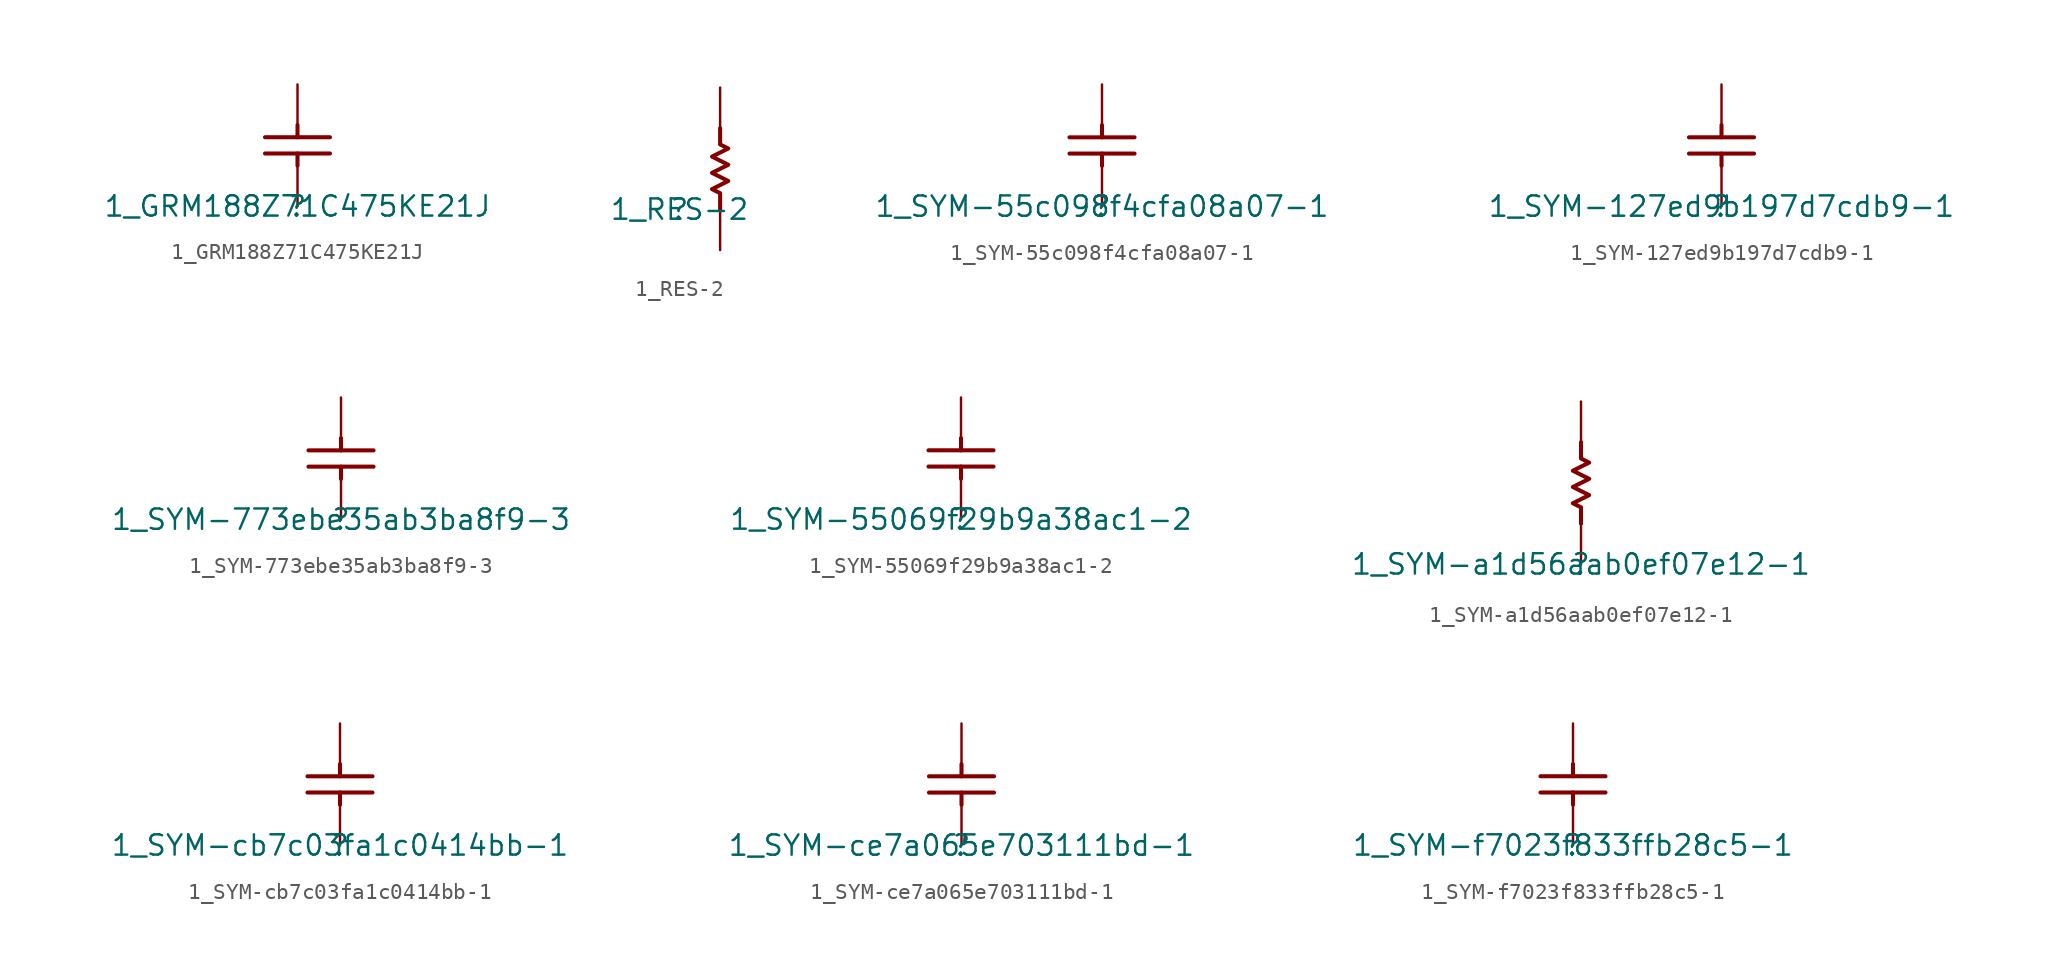
<source format=kicad_sym>
(kicad_symbol_lib
  (version 20211014)
  (generator kicad_symbol_editor)
  (symbol "1_GRM188Z71C475KE21J"
    (property "Reference" ""
      (at 0 0 0)
      (effects (font (size 1.27 1.27))))
    (property "Value" "1_GRM188Z71C475KE21J"
      (at 0 0 0)
      (effects (font (size 1.27 1.27))))
    (symbol "1_GRM188Z71C475KE21J_1_0"
      (polyline (pts (xy -2.032 4.318) (xy 2.032 4.318)) (stroke (width 0.254) (type default) (color 0 0 0 0)) (fill (type none)))
      (polyline (pts (xy 0 2.54) (xy 0 3.302)) (stroke (width 0.254) (type default) (color 0 0 0 0)) (fill (type none)))
      (polyline (pts (xy 0 5.08) (xy 0 4.318)) (stroke (width 0.254) (type default) (color 0 0 0 0)) (fill (type none)))
      (polyline (pts (xy 2.032 3.302) (xy -2.032 3.302)) (stroke (width 0.254) (type default) (color 0 0 0 0)) (fill (type none)))
      (pin passive line (at 0 0 90) (length 2.54) (name "1" (effects (font (size 0 0)))) (number "1" (effects (font (size 0 0)))))
      (pin passive line (at 0 7.62 270) (length 2.54) (name "2" (effects (font (size 0 0)))) (number "2" (effects (font (size 0 0)))))))
  (symbol "1_RES-2"
    (property "Reference" ""
      (at 0 0 0)
      (effects (font (size 1.27 1.27))))
    (property "Value" "1_RES-2"
      (at 0 0 0)
      (effects (font (size 1.27 1.27))))
    (symbol "1_RES-2_1_0"
      (polyline (pts (xy 2.54 5.08) (xy 2.54 4.064) (xy 3.048 3.81) (xy 2.032 3.302) (xy 3.048 2.794) (xy 2.032 2.286) (xy 3.048 1.778) (xy 2.032 1.27) (xy 2.54 1.016) (xy 2.54 0)) (stroke (width 0.254) (type default) (color 0 0 0 0)) (fill (type none)))
      (pin passive line (at 2.54 -2.54 90) (length 2.54) (name "1" (effects (font (size 0 0)))) (number "1" (effects (font (size 0 0)))))
      (pin passive line (at 2.54 7.62 270) (length 2.54) (name "2" (effects (font (size 0 0)))) (number "2" (effects (font (size 0 0)))))))
  (symbol "1_SYM-55c098f4cfa08a07-1"
    (property "Reference" ""
      (at 0 0 0)
      (effects (font (size 1.27 1.27))))
    (property "Value" "1_SYM-55c098f4cfa08a07-1"
      (at 0 0 0)
      (effects (font (size 1.27 1.27))))
    (symbol "1_SYM-55c098f4cfa08a07-1_1_0"
      (polyline (pts (xy -2.032 4.318) (xy 2.032 4.318)) (stroke (width 0.254) (type default) (color 0 0 0 0)) (fill (type none)))
      (polyline (pts (xy 0 2.54) (xy 0 3.302)) (stroke (width 0.254) (type default) (color 0 0 0 0)) (fill (type none)))
      (polyline (pts (xy 0 5.08) (xy 0 4.318)) (stroke (width 0.254) (type default) (color 0 0 0 0)) (fill (type none)))
      (polyline (pts (xy 2.032 3.302) (xy -2.032 3.302)) (stroke (width 0.254) (type default) (color 0 0 0 0)) (fill (type none)))
      (pin passive line (at 0 0 90) (length 2.54) (name "1" (effects (font (size 0 0)))) (number "1" (effects (font (size 0 0)))))
      (pin passive line (at 0 7.62 270) (length 2.54) (name "2" (effects (font (size 0 0)))) (number "2" (effects (font (size 0 0)))))))
  (symbol "1_SYM-127ed9b197d7cdb9-1"
    (property "Reference" ""
      (at 0 0 0)
      (effects (font (size 1.27 1.27))))
    (property "Value" "1_SYM-127ed9b197d7cdb9-1"
      (at 0 0 0)
      (effects (font (size 1.27 1.27))))
    (symbol "1_SYM-127ed9b197d7cdb9-1_1_0"
      (polyline (pts (xy -2.032 4.318) (xy 2.032 4.318)) (stroke (width 0.254) (type default) (color 0 0 0 0)) (fill (type none)))
      (polyline (pts (xy 0 2.54) (xy 0 3.302)) (stroke (width 0.254) (type default) (color 0 0 0 0)) (fill (type none)))
      (polyline (pts (xy 0 5.08) (xy 0 4.318)) (stroke (width 0.254) (type default) (color 0 0 0 0)) (fill (type none)))
      (polyline (pts (xy 2.032 3.302) (xy -2.032 3.302)) (stroke (width 0.254) (type default) (color 0 0 0 0)) (fill (type none)))
      (pin passive line (at 0 0 90) (length 2.54) (name "1" (effects (font (size 0 0)))) (number "1" (effects (font (size 0 0)))))
      (pin passive line (at 0 7.62 270) (length 2.54) (name "2" (effects (font (size 0 0)))) (number "2" (effects (font (size 0 0)))))))
  (symbol "1_SYM-773ebe35ab3ba8f9-3"
    (property "Reference" ""
      (at 0 0 0)
      (effects (font (size 1.27 1.27))))
    (property "Value" "1_SYM-773ebe35ab3ba8f9-3"
      (at 0 0 0)
      (effects (font (size 1.27 1.27))))
    (symbol "1_SYM-773ebe35ab3ba8f9-3_1_0"
      (polyline (pts (xy -2.032 4.318) (xy 2.032 4.318)) (stroke (width 0.254) (type default) (color 0 0 0 0)) (fill (type none)))
      (polyline (pts (xy 0 2.54) (xy 0 3.302)) (stroke (width 0.254) (type default) (color 0 0 0 0)) (fill (type none)))
      (polyline (pts (xy 0 5.08) (xy 0 4.318)) (stroke (width 0.254) (type default) (color 0 0 0 0)) (fill (type none)))
      (polyline (pts (xy 2.032 3.302) (xy -2.032 3.302)) (stroke (width 0.254) (type default) (color 0 0 0 0)) (fill (type none)))
      (pin passive line (at 0 0 90) (length 2.54) (name "1" (effects (font (size 0 0)))) (number "1" (effects (font (size 0 0)))))
      (pin passive line (at 0 7.62 270) (length 2.54) (name "2" (effects (font (size 0 0)))) (number "2" (effects (font (size 0 0)))))))
  (symbol "1_SYM-55069f29b9a38ac1-2"
    (property "Reference" ""
      (at 0 0 0)
      (effects (font (size 1.27 1.27))))
    (property "Value" "1_SYM-55069f29b9a38ac1-2"
      (at 0 0 0)
      (effects (font (size 1.27 1.27))))
    (symbol "1_SYM-55069f29b9a38ac1-2_1_0"
      (polyline (pts (xy -2.032 4.318) (xy 2.032 4.318)) (stroke (width 0.254) (type default) (color 0 0 0 0)) (fill (type none)))
      (polyline (pts (xy 0 2.54) (xy 0 3.302)) (stroke (width 0.254) (type default) (color 0 0 0 0)) (fill (type none)))
      (polyline (pts (xy 0 5.08) (xy 0 4.318)) (stroke (width 0.254) (type default) (color 0 0 0 0)) (fill (type none)))
      (polyline (pts (xy 2.032 3.302) (xy -2.032 3.302)) (stroke (width 0.254) (type default) (color 0 0 0 0)) (fill (type none)))
      (pin passive line (at 0 0 90) (length 2.54) (name "1" (effects (font (size 0 0)))) (number "1" (effects (font (size 0 0)))))
      (pin passive line (at 0 7.62 270) (length 2.54) (name "2" (effects (font (size 0 0)))) (number "2" (effects (font (size 0 0)))))))
  (symbol "1_SYM-a1d56aab0ef07e12-1"
    (property "Reference" ""
      (at 0 0 0)
      (effects (font (size 1.27 1.27))))
    (property "Value" "1_SYM-a1d56aab0ef07e12-1"
      (at 0 0 0)
      (effects (font (size 1.27 1.27))))
    (symbol "1_SYM-a1d56aab0ef07e12-1_1_0"
      (polyline (pts (xy 0 7.62) (xy 0 6.604) (xy 0.508 6.35) (xy -0.508 5.842) (xy 0.508 5.334) (xy -0.508 4.826) (xy 0.508 4.318) (xy -0.508 3.81) (xy 0 3.556) (xy 0 2.54)) (stroke (width 0.254) (type default) (color 0 0 0 0)) (fill (type none)))
      (pin passive line (at 0 0 90) (length 2.54) (name "1" (effects (font (size 0 0)))) (number "1" (effects (font (size 0 0)))))
      (pin passive line (at 0 10.16 270) (length 2.54) (name "2" (effects (font (size 0 0)))) (number "2" (effects (font (size 0 0)))))))
  (symbol "1_SYM-cb7c03fa1c0414bb-1"
    (property "Reference" ""
      (at 0 0 0)
      (effects (font (size 1.27 1.27))))
    (property "Value" "1_SYM-cb7c03fa1c0414bb-1"
      (at 0 0 0)
      (effects (font (size 1.27 1.27))))
    (symbol "1_SYM-cb7c03fa1c0414bb-1_1_0"
      (polyline (pts (xy -2.032 4.318) (xy 2.032 4.318)) (stroke (width 0.254) (type default) (color 0 0 0 0)) (fill (type none)))
      (polyline (pts (xy 0 2.54) (xy 0 3.302)) (stroke (width 0.254) (type default) (color 0 0 0 0)) (fill (type none)))
      (polyline (pts (xy 0 5.08) (xy 0 4.318)) (stroke (width 0.254) (type default) (color 0 0 0 0)) (fill (type none)))
      (polyline (pts (xy 2.032 3.302) (xy -2.032 3.302)) (stroke (width 0.254) (type default) (color 0 0 0 0)) (fill (type none)))
      (pin passive line (at 0 0 90) (length 2.54) (name "1" (effects (font (size 0 0)))) (number "1" (effects (font (size 0 0)))))
      (pin passive line (at 0 7.62 270) (length 2.54) (name "2" (effects (font (size 0 0)))) (number "2" (effects (font (size 0 0)))))))
  (symbol "1_SYM-ce7a065e703111bd-1"
    (property "Reference" ""
      (at 0 0 0)
      (effects (font (size 1.27 1.27))))
    (property "Value" "1_SYM-ce7a065e703111bd-1"
      (at 0 0 0)
      (effects (font (size 1.27 1.27))))
    (symbol "1_SYM-ce7a065e703111bd-1_1_0"
      (polyline (pts (xy -2.032 4.318) (xy 2.032 4.318)) (stroke (width 0.254) (type default) (color 0 0 0 0)) (fill (type none)))
      (polyline (pts (xy 0 2.54) (xy 0 3.302)) (stroke (width 0.254) (type default) (color 0 0 0 0)) (fill (type none)))
      (polyline (pts (xy 0 5.08) (xy 0 4.318)) (stroke (width 0.254) (type default) (color 0 0 0 0)) (fill (type none)))
      (polyline (pts (xy 2.032 3.302) (xy -2.032 3.302)) (stroke (width 0.254) (type default) (color 0 0 0 0)) (fill (type none)))
      (pin passive line (at 0 0 90) (length 2.54) (name "1" (effects (font (size 0 0)))) (number "1" (effects (font (size 0 0)))))
      (pin passive line (at 0 7.62 270) (length 2.54) (name "2" (effects (font (size 0 0)))) (number "2" (effects (font (size 0 0)))))))
  (symbol "1_SYM-f7023f833ffb28c5-1"
    (property "Reference" ""
      (at 0 0 0)
      (effects (font (size 1.27 1.27))))
    (property "Value" "1_SYM-f7023f833ffb28c5-1"
      (at 0 0 0)
      (effects (font (size 1.27 1.27))))
    (symbol "1_SYM-f7023f833ffb28c5-1_1_0"
      (polyline (pts (xy -2.032 4.318) (xy 2.032 4.318)) (stroke (width 0.254) (type default) (color 0 0 0 0)) (fill (type none)))
      (polyline (pts (xy 0 2.54) (xy 0 3.302)) (stroke (width 0.254) (type default) (color 0 0 0 0)) (fill (type none)))
      (polyline (pts (xy 0 5.08) (xy 0 4.318)) (stroke (width 0.254) (type default) (color 0 0 0 0)) (fill (type none)))
      (polyline (pts (xy 2.032 3.302) (xy -2.032 3.302)) (stroke (width 0.254) (type default) (color 0 0 0 0)) (fill (type none)))
      (pin passive line (at 0 0 90) (length 2.54) (name "1" (effects (font (size 0 0)))) (number "1" (effects (font (size 0 0)))))
      (pin passive line (at 0 7.62 270) (length 2.54) (name "2" (effects (font (size 0 0)))) (number "2" (effects (font (size 0 0))))))))
</source>
